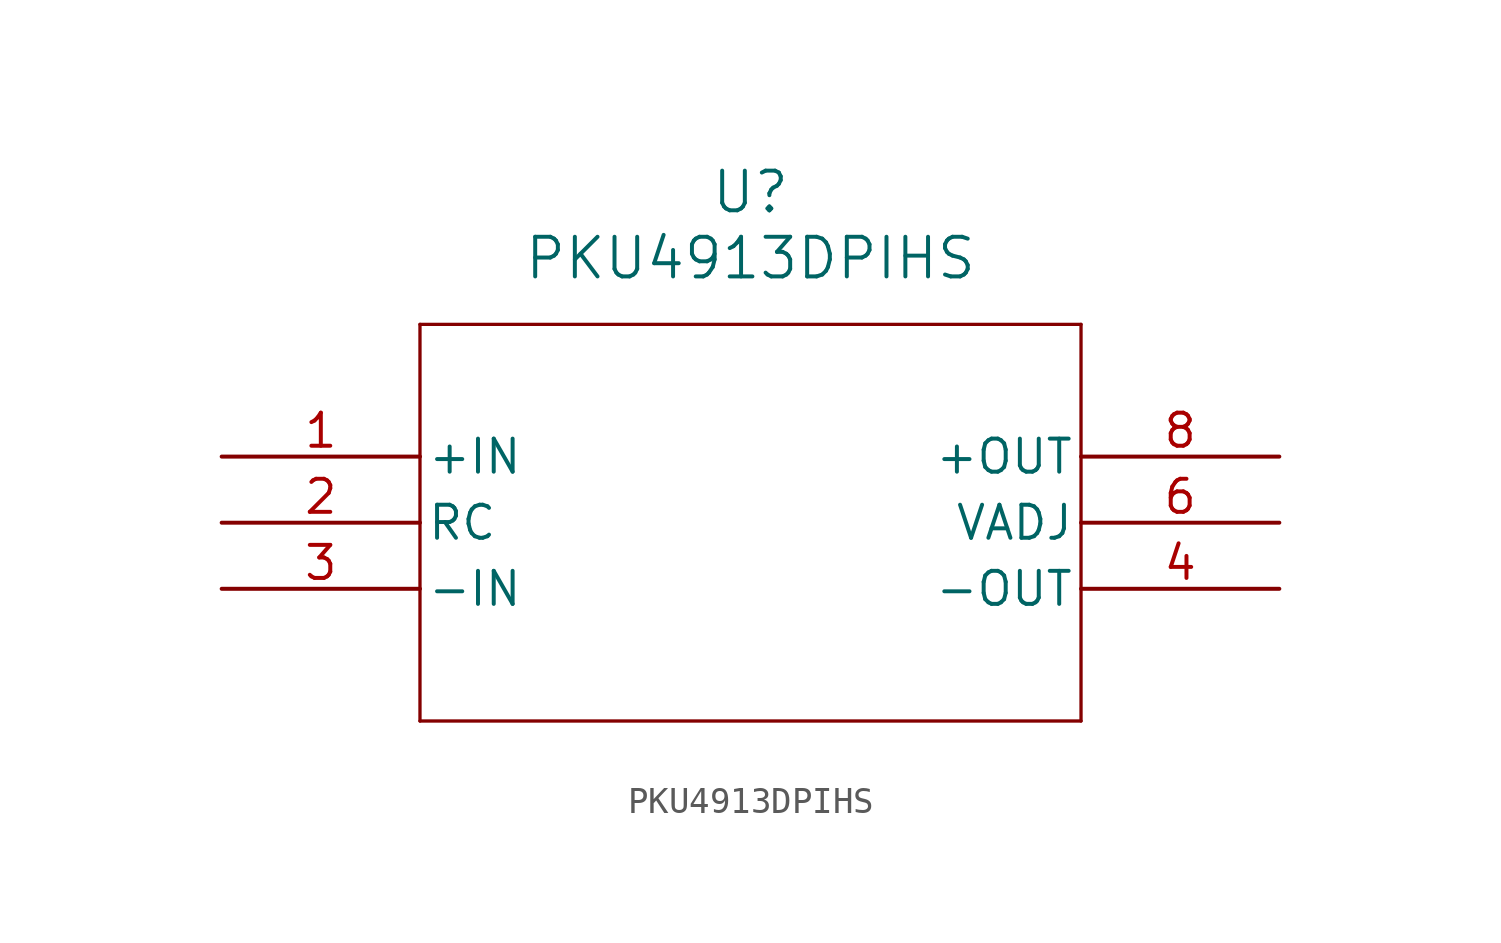
<source format=kicad_sym>
(kicad_symbol_lib
  (version 20211014)
  (generator kicad_symbol_editor)
  (symbol "PKU4913DPIHS"
    (pin_names
      (offset 0.254))
    (property "Reference" "U"
      (at 20.32 10.16 0)
      (effects (font (size 1.524 1.524))))
    (property "Value" "PKU4913DPIHS"
      (at 20.32 7.62 0)
      (effects (font (size 1.524 1.524))))
    (symbol "PKU4913DPIHS_0_1"
      (polyline (pts (xy 7.62 5.08) (xy 7.62 -10.16)) (stroke (width 0.127) (type default) (color 0 0 0 0)) (fill (type none)))
      (polyline (pts (xy 7.62 -10.16) (xy 33.02 -10.16)) (stroke (width 0.127) (type default) (color 0 0 0 0)) (fill (type none)))
      (polyline (pts (xy 33.02 -10.16) (xy 33.02 5.08)) (stroke (width 0.127) (type default) (color 0 0 0 0)) (fill (type none)))
      (polyline (pts (xy 33.02 5.08) (xy 7.62 5.08)) (stroke (width 0.127) (type default) (color 0 0 0 0)) (fill (type none)))
      (pin input line (at 0 0 0) (length 7.62) (name "+IN" (effects (font (size 1.27 1.27)))) (number "1" (effects (font (size 1.27 1.27)))))
      (pin unspecified line (at 0 -2.54 0) (length 7.62) (name "RC" (effects (font (size 1.27 1.27)))) (number "2" (effects (font (size 1.27 1.27)))))
      (pin input line (at 0 -5.08 0) (length 7.62) (name "-IN" (effects (font (size 1.27 1.27)))) (number "3" (effects (font (size 1.27 1.27)))))
      (pin output line (at 40.64 -5.08 180) (length 7.62) (name "-OUT" (effects (font (size 1.27 1.27)))) (number "4" (effects (font (size 1.27 1.27)))))
      (pin output line (at 40.64 -2.54 180) (length 7.62) (name "VADJ" (effects (font (size 1.27 1.27)))) (number "6" (effects (font (size 1.27 1.27)))))
      (pin output line (at 40.64 0 180) (length 7.62) (name "+OUT" (effects (font (size 1.27 1.27)))) (number "8" (effects (font (size 1.27 1.27))))))))
</source>
